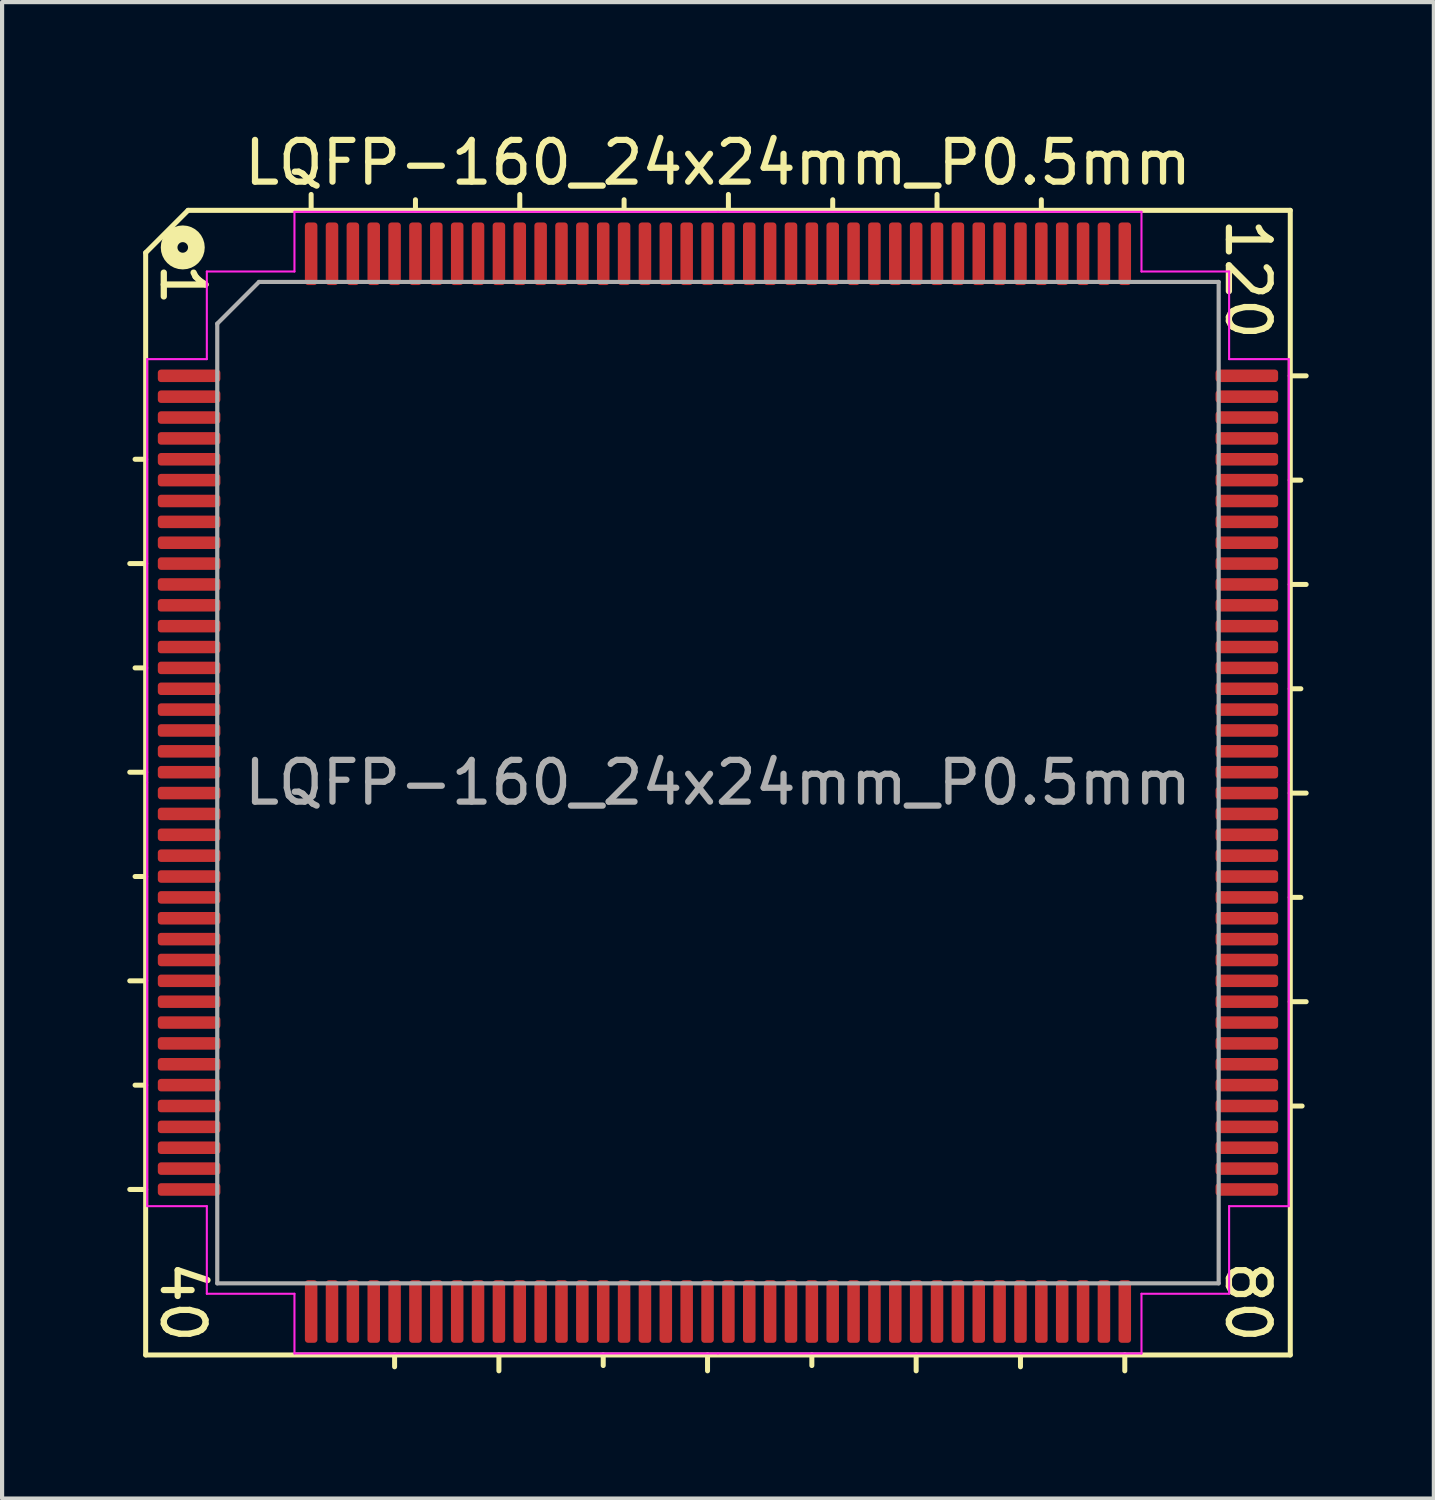
<source format=kicad_pcb>
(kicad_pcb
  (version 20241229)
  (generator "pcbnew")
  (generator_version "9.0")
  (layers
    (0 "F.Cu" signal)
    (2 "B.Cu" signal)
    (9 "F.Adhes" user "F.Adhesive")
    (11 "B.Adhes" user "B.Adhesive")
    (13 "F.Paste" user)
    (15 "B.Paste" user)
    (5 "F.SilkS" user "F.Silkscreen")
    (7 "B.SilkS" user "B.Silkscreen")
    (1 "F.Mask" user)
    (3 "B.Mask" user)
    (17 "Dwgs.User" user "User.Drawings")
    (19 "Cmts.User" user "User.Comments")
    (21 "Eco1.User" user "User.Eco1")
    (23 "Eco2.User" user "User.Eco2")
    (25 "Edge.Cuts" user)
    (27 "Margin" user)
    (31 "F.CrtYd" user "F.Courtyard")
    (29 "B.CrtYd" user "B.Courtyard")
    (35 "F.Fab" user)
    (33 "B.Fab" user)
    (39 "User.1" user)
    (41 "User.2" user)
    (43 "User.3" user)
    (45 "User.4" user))
  (footprint "LQFP-160_24x24mm_P0.5mm"
    (layer "F.Cu")
    (at 14.157 15.707)
    (property "Reference" "LQFP-160_24x24mm_P0.5mm" (at 0 -14.859 0) (layer "F.SilkS") (effects (font (size 1 1) (thickness 0.15))))
    (attr smd)
    (fp_line (start -13.716 -12.7) (end -13.716 13.716) (stroke (width 0.12) (type solid)) (layer "F.SilkS"))
    (fp_line (start -13.716 -7.75) (end -13.97 -7.75) (stroke (width 0.12) (type solid)) (layer "F.SilkS"))
    (fp_line (start -13.716 -5.25) (end -14.097 -5.25) (stroke (width 0.12) (type solid)) (layer "F.SilkS"))
    (fp_line (start -13.716 -2.75) (end -13.97 -2.75) (stroke (width 0.12) (type solid)) (layer "F.SilkS"))
    (fp_line (start -13.716 -0.25) (end -14.097 -0.25) (stroke (width 0.12) (type solid)) (layer "F.SilkS"))
    (fp_line (start -13.716 2.25) (end -13.97 2.25) (stroke (width 0.12) (type solid)) (layer "F.SilkS"))
    (fp_line (start -13.716 4.75) (end -14.097 4.75) (stroke (width 0.12) (type solid)) (layer "F.SilkS"))
    (fp_line (start -13.716 7.25) (end -13.97 7.25) (stroke (width 0.12) (type solid)) (layer "F.SilkS"))
    (fp_line (start -13.716 9.75) (end -14.097 9.75) (stroke (width 0.12) (type solid)) (layer "F.SilkS"))
    (fp_line (start -13.716 13.716) (end 13.716 13.716) (stroke (width 0.12) (type solid)) (layer "F.SilkS"))
    (fp_line (start -12.7 -13.716) (end -13.716 -12.7) (stroke (width 0.12) (type solid)) (layer "F.SilkS"))
    (fp_line (start -9.75 -13.716) (end -9.75 -14.097) (stroke (width 0.12) (type solid)) (layer "F.SilkS"))
    (fp_line (start -7.75 13.716) (end -7.75 14) (stroke (width 0.12) (type solid)) (layer "F.SilkS"))
    (fp_line (start -7.25 -13.716) (end -7.25 -13.97) (stroke (width 0.12) (type solid)) (layer "F.SilkS"))
    (fp_line (start -5.25 13.716) (end -5.25 14.097) (stroke (width 0.12) (type solid)) (layer "F.SilkS"))
    (fp_line (start -4.75 -13.716) (end -4.75 -14.097) (stroke (width 0.12) (type solid)) (layer "F.SilkS"))
    (fp_line (start -2.75 13.716) (end -2.75 13.97) (stroke (width 0.12) (type solid)) (layer "F.SilkS"))
    (fp_line (start -2.25 -13.716) (end -2.25 -13.97) (stroke (width 0.12) (type solid)) (layer "F.SilkS"))
    (fp_line (start -0.25 13.716) (end -0.25 14.097) (stroke (width 0.12) (type solid)) (layer "F.SilkS"))
    (fp_line (start 0.25 -13.716) (end 0.25 -14.097) (stroke (width 0.12) (type solid)) (layer "F.SilkS"))
    (fp_line (start 2.25 13.716) (end 2.25 13.97) (stroke (width 0.12) (type solid)) (layer "F.SilkS"))
    (fp_line (start 2.75 -13.716) (end 2.75 -13.97) (stroke (width 0.12) (type solid)) (layer "F.SilkS"))
    (fp_line (start 4.75 13.716) (end 4.75 14.097) (stroke (width 0.12) (type solid)) (layer "F.SilkS"))
    (fp_line (start 5.25 -13.716) (end 5.25 -14.097) (stroke (width 0.12) (type solid)) (layer "F.SilkS"))
    (fp_line (start 7.25 13.716) (end 7.25 14) (stroke (width 0.12) (type solid)) (layer "F.SilkS"))
    (fp_line (start 7.75 -13.716) (end 7.75 -13.97) (stroke (width 0.12) (type solid)) (layer "F.SilkS"))
    (fp_line (start 9.75 13.716) (end 9.75 14.097) (stroke (width 0.12) (type solid)) (layer "F.SilkS"))
    (fp_line (start 13.716 -13.716) (end -12.7 -13.716) (stroke (width 0.12) (type solid)) (layer "F.SilkS"))
    (fp_line (start 13.716 -9.75) (end 14.097 -9.75) (stroke (width 0.12) (type solid)) (layer "F.SilkS"))
    (fp_line (start 13.716 -7.25) (end 13.97 -7.25) (stroke (width 0.12) (type solid)) (layer "F.SilkS"))
    (fp_line (start 13.716 -4.75) (end 14.097 -4.75) (stroke (width 0.12) (type solid)) (layer "F.SilkS"))
    (fp_line (start 13.716 -2.25) (end 13.97 -2.25) (stroke (width 0.12) (type solid)) (layer "F.SilkS"))
    (fp_line (start 13.716 0.25) (end 14.097 0.25) (stroke (width 0.12) (type solid)) (layer "F.SilkS"))
    (fp_line (start 13.716 2.75) (end 13.97 2.75) (stroke (width 0.12) (type solid)) (layer "F.SilkS"))
    (fp_line (start 13.716 5.25) (end 14.097 5.25) (stroke (width 0.12) (type solid)) (layer "F.SilkS"))
    (fp_line (start 13.716 13.716) (end 13.716 -13.716) (stroke (width 0.12) (type solid)) (layer "F.SilkS"))
    (fp_line (start 13.75 7.75) (end 14 7.75) (stroke (width 0.12) (type solid)) (layer "F.SilkS"))
    (fp_circle (center -12.827 -12.827) (end -12.7 -12.827) (stroke (width 0.4) (type solid)) (fill no) (layer "F.SilkS"))
    (fp_line (start -13.68 -10.15) (end -13.68 0) (stroke (width 0.05) (type solid)) (layer "F.CrtYd"))
    (fp_line (start -13.68 10.15) (end -13.68 0) (stroke (width 0.05) (type solid)) (layer "F.CrtYd"))
    (fp_line (start -12.25 -12.25) (end -12.25 -10.15) (stroke (width 0.05) (type solid)) (layer "F.CrtYd"))
    (fp_line (start -12.25 -10.15) (end -13.68 -10.15) (stroke (width 0.05) (type solid)) (layer "F.CrtYd"))
    (fp_line (start -12.25 10.15) (end -13.68 10.15) (stroke (width 0.05) (type solid)) (layer "F.CrtYd"))
    (fp_line (start -12.25 12.25) (end -12.25 10.15) (stroke (width 0.05) (type solid)) (layer "F.CrtYd"))
    (fp_line (start -10.15 -13.68) (end -10.15 -12.25) (stroke (width 0.05) (type solid)) (layer "F.CrtYd"))
    (fp_line (start -10.15 -12.25) (end -12.25 -12.25) (stroke (width 0.05) (type solid)) (layer "F.CrtYd"))
    (fp_line (start -10.15 12.25) (end -12.25 12.25) (stroke (width 0.05) (type solid)) (layer "F.CrtYd"))
    (fp_line (start -10.15 13.68) (end -10.15 12.25) (stroke (width 0.05) (type solid)) (layer "F.CrtYd"))
    (fp_line (start 0 -13.68) (end -10.15 -13.68) (stroke (width 0.05) (type solid)) (layer "F.CrtYd"))
    (fp_line (start 0 -13.68) (end 10.15 -13.68) (stroke (width 0.05) (type solid)) (layer "F.CrtYd"))
    (fp_line (start 0 13.68) (end -10.15 13.68) (stroke (width 0.05) (type solid)) (layer "F.CrtYd"))
    (fp_line (start 0 13.68) (end 10.15 13.68) (stroke (width 0.05) (type solid)) (layer "F.CrtYd"))
    (fp_line (start 10.15 -13.68) (end 10.15 -12.25) (stroke (width 0.05) (type solid)) (layer "F.CrtYd"))
    (fp_line (start 10.15 -12.25) (end 12.25 -12.25) (stroke (width 0.05) (type solid)) (layer "F.CrtYd"))
    (fp_line (start 10.15 12.25) (end 12.25 12.25) (stroke (width 0.05) (type solid)) (layer "F.CrtYd"))
    (fp_line (start 10.15 13.68) (end 10.15 12.25) (stroke (width 0.05) (type solid)) (layer "F.CrtYd"))
    (fp_line (start 12.25 -12.25) (end 12.25 -10.15) (stroke (width 0.05) (type solid)) (layer "F.CrtYd"))
    (fp_line (start 12.25 -10.15) (end 13.68 -10.15) (stroke (width 0.05) (type solid)) (layer "F.CrtYd"))
    (fp_line (start 12.25 10.15) (end 13.68 10.15) (stroke (width 0.05) (type solid)) (layer "F.CrtYd"))
    (fp_line (start 12.25 12.25) (end 12.25 10.15) (stroke (width 0.05) (type solid)) (layer "F.CrtYd"))
    (fp_line (start 13.68 -10.15) (end 13.68 0) (stroke (width 0.05) (type solid)) (layer "F.CrtYd"))
    (fp_line (start 13.68 10.15) (end 13.68 0) (stroke (width 0.05) (type solid)) (layer "F.CrtYd"))
    (fp_line (start -12 -11) (end -11 -12) (stroke (width 0.1) (type solid)) (layer "F.Fab"))
    (fp_line (start -12 12) (end -12 -11) (stroke (width 0.1) (type solid)) (layer "F.Fab"))
    (fp_line (start -11 -12) (end 12 -12) (stroke (width 0.1) (type solid)) (layer "F.Fab"))
    (fp_line (start 12 -12) (end 12 12) (stroke (width 0.1) (type solid)) (layer "F.Fab"))
    (fp_line (start 12 12) (end -12 12) (stroke (width 0.1) (type solid)) (layer "F.Fab"))
    (fp_text user "1" (at -12.827 -11.938 270) (unlocked yes) (layer "F.SilkS") (effects (font (size 1 1) (thickness 0.15))))
    (fp_text user "80" (at 12.7 12.446 270) (unlocked yes) (layer "F.SilkS") (effects (font (size 1 1) (thickness 0.15))))
    (fp_text user "120" (at 12.7 -12.065 270) (unlocked yes) (layer "F.SilkS") (effects (font (size 1 1) (thickness 0.15))))
    (fp_text user "40" (at -12.827 12.446 270) (unlocked yes) (layer "F.SilkS") (effects (font (size 1 1) (thickness 0.15))))
    (fp_text user "${REFERENCE}" (at 0 0 0) (layer "F.Fab") (effects (font (size 1 1) (thickness 0.15))))
    (pad "1" smd roundrect (at -12.675 -9.75) (size 1.5 0.3) (layers "F.Cu" "F.Mask" "F.Paste") (roundrect_rratio 0.25))
    (pad "2" smd roundrect (at -12.675 -9.25) (size 1.5 0.3) (layers "F.Cu" "F.Mask" "F.Paste") (roundrect_rratio 0.25))
    (pad "3" smd roundrect (at -12.675 -8.75) (size 1.5 0.3) (layers "F.Cu" "F.Mask" "F.Paste") (roundrect_rratio 0.25))
    (pad "4" smd roundrect (at -12.675 -8.25) (size 1.5 0.3) (layers "F.Cu" "F.Mask" "F.Paste") (roundrect_rratio 0.25))
    (pad "5" smd roundrect (at -12.675 -7.75) (size 1.5 0.3) (layers "F.Cu" "F.Mask" "F.Paste") (roundrect_rratio 0.25))
    (pad "6" smd roundrect (at -12.675 -7.25) (size 1.5 0.3) (layers "F.Cu" "F.Mask" "F.Paste") (roundrect_rratio 0.25))
    (pad "7" smd roundrect (at -12.675 -6.75) (size 1.5 0.3) (layers "F.Cu" "F.Mask" "F.Paste") (roundrect_rratio 0.25))
    (pad "8" smd roundrect (at -12.675 -6.25) (size 1.5 0.3) (layers "F.Cu" "F.Mask" "F.Paste") (roundrect_rratio 0.25))
    (pad "9" smd roundrect (at -12.675 -5.75) (size 1.5 0.3) (layers "F.Cu" "F.Mask" "F.Paste") (roundrect_rratio 0.25))
    (pad "10" smd roundrect (at -12.675 -5.25) (size 1.5 0.3) (layers "F.Cu" "F.Mask" "F.Paste") (roundrect_rratio 0.25))
    (pad "11" smd roundrect (at -12.675 -4.75) (size 1.5 0.3) (layers "F.Cu" "F.Mask" "F.Paste") (roundrect_rratio 0.25))
    (pad "12" smd roundrect (at -12.675 -4.25) (size 1.5 0.3) (layers "F.Cu" "F.Mask" "F.Paste") (roundrect_rratio 0.25))
    (pad "13" smd roundrect (at -12.675 -3.75) (size 1.5 0.3) (layers "F.Cu" "F.Mask" "F.Paste") (roundrect_rratio 0.25))
    (pad "14" smd roundrect (at -12.675 -3.25) (size 1.5 0.3) (layers "F.Cu" "F.Mask" "F.Paste") (roundrect_rratio 0.25))
    (pad "15" smd roundrect (at -12.675 -2.75) (size 1.5 0.3) (layers "F.Cu" "F.Mask" "F.Paste") (roundrect_rratio 0.25))
    (pad "16" smd roundrect (at -12.675 -2.25) (size 1.5 0.3) (layers "F.Cu" "F.Mask" "F.Paste") (roundrect_rratio 0.25))
    (pad "17" smd roundrect (at -12.675 -1.75) (size 1.5 0.3) (layers "F.Cu" "F.Mask" "F.Paste") (roundrect_rratio 0.25))
    (pad "18" smd roundrect (at -12.675 -1.25) (size 1.5 0.3) (layers "F.Cu" "F.Mask" "F.Paste") (roundrect_rratio 0.25))
    (pad "19" smd roundrect (at -12.675 -0.75) (size 1.5 0.3) (layers "F.Cu" "F.Mask" "F.Paste") (roundrect_rratio 0.25))
    (pad "20" smd roundrect (at -12.675 -0.25) (size 1.5 0.3) (layers "F.Cu" "F.Mask" "F.Paste") (roundrect_rratio 0.25))
    (pad "21" smd roundrect (at -12.675 0.25) (size 1.5 0.3) (layers "F.Cu" "F.Mask" "F.Paste") (roundrect_rratio 0.25))
    (pad "22" smd roundrect (at -12.675 0.75) (size 1.5 0.3) (layers "F.Cu" "F.Mask" "F.Paste") (roundrect_rratio 0.25))
    (pad "23" smd roundrect (at -12.675 1.25) (size 1.5 0.3) (layers "F.Cu" "F.Mask" "F.Paste") (roundrect_rratio 0.25))
    (pad "24" smd roundrect (at -12.675 1.75) (size 1.5 0.3) (layers "F.Cu" "F.Mask" "F.Paste") (roundrect_rratio 0.25))
    (pad "25" smd roundrect (at -12.675 2.25) (size 1.5 0.3) (layers "F.Cu" "F.Mask" "F.Paste") (roundrect_rratio 0.25))
    (pad "26" smd roundrect (at -12.675 2.75) (size 1.5 0.3) (layers "F.Cu" "F.Mask" "F.Paste") (roundrect_rratio 0.25))
    (pad "27" smd roundrect (at -12.675 3.25) (size 1.5 0.3) (layers "F.Cu" "F.Mask" "F.Paste") (roundrect_rratio 0.25))
    (pad "28" smd roundrect (at -12.675 3.75) (size 1.5 0.3) (layers "F.Cu" "F.Mask" "F.Paste") (roundrect_rratio 0.25))
    (pad "29" smd roundrect (at -12.675 4.25) (size 1.5 0.3) (layers "F.Cu" "F.Mask" "F.Paste") (roundrect_rratio 0.25))
    (pad "30" smd roundrect (at -12.675 4.75) (size 1.5 0.3) (layers "F.Cu" "F.Mask" "F.Paste") (roundrect_rratio 0.25))
    (pad "31" smd roundrect (at -12.675 5.25) (size 1.5 0.3) (layers "F.Cu" "F.Mask" "F.Paste") (roundrect_rratio 0.25))
    (pad "32" smd roundrect (at -12.675 5.75) (size 1.5 0.3) (layers "F.Cu" "F.Mask" "F.Paste") (roundrect_rratio 0.25))
    (pad "33" smd roundrect (at -12.675 6.25) (size 1.5 0.3) (layers "F.Cu" "F.Mask" "F.Paste") (roundrect_rratio 0.25))
    (pad "34" smd roundrect (at -12.675 6.75) (size 1.5 0.3) (layers "F.Cu" "F.Mask" "F.Paste") (roundrect_rratio 0.25))
    (pad "35" smd roundrect (at -12.675 7.25) (size 1.5 0.3) (layers "F.Cu" "F.Mask" "F.Paste") (roundrect_rratio 0.25))
    (pad "36" smd roundrect (at -12.675 7.75) (size 1.5 0.3) (layers "F.Cu" "F.Mask" "F.Paste") (roundrect_rratio 0.25))
    (pad "37" smd roundrect (at -12.675 8.25) (size 1.5 0.3) (layers "F.Cu" "F.Mask" "F.Paste") (roundrect_rratio 0.25))
    (pad "38" smd roundrect (at -12.675 8.75) (size 1.5 0.3) (layers "F.Cu" "F.Mask" "F.Paste") (roundrect_rratio 0.25))
    (pad "39" smd roundrect (at -12.675 9.25) (size 1.5 0.3) (layers "F.Cu" "F.Mask" "F.Paste") (roundrect_rratio 0.25))
    (pad "40" smd roundrect (at -12.675 9.75) (size 1.5 0.3) (layers "F.Cu" "F.Mask" "F.Paste") (roundrect_rratio 0.25))
    (pad "41" smd roundrect (at -9.75 12.675) (size 0.3 1.5) (layers "F.Cu" "F.Mask" "F.Paste") (roundrect_rratio 0.25))
    (pad "42" smd roundrect (at -9.25 12.675) (size 0.3 1.5) (layers "F.Cu" "F.Mask" "F.Paste") (roundrect_rratio 0.25))
    (pad "43" smd roundrect (at -8.75 12.675) (size 0.3 1.5) (layers "F.Cu" "F.Mask" "F.Paste") (roundrect_rratio 0.25))
    (pad "44" smd roundrect (at -8.25 12.675) (size 0.3 1.5) (layers "F.Cu" "F.Mask" "F.Paste") (roundrect_rratio 0.25))
    (pad "45" smd roundrect (at -7.75 12.675) (size 0.3 1.5) (layers "F.Cu" "F.Mask" "F.Paste") (roundrect_rratio 0.25))
    (pad "46" smd roundrect (at -7.25 12.675) (size 0.3 1.5) (layers "F.Cu" "F.Mask" "F.Paste") (roundrect_rratio 0.25))
    (pad "47" smd roundrect (at -6.75 12.675) (size 0.3 1.5) (layers "F.Cu" "F.Mask" "F.Paste") (roundrect_rratio 0.25))
    (pad "48" smd roundrect (at -6.25 12.675) (size 0.3 1.5) (layers "F.Cu" "F.Mask" "F.Paste") (roundrect_rratio 0.25))
    (pad "49" smd roundrect (at -5.75 12.675) (size 0.3 1.5) (layers "F.Cu" "F.Mask" "F.Paste") (roundrect_rratio 0.25))
    (pad "50" smd roundrect (at -5.25 12.675) (size 0.3 1.5) (layers "F.Cu" "F.Mask" "F.Paste") (roundrect_rratio 0.25))
    (pad "51" smd roundrect (at -4.75 12.675) (size 0.3 1.5) (layers "F.Cu" "F.Mask" "F.Paste") (roundrect_rratio 0.25))
    (pad "52" smd roundrect (at -4.25 12.675) (size 0.3 1.5) (layers "F.Cu" "F.Mask" "F.Paste") (roundrect_rratio 0.25))
    (pad "53" smd roundrect (at -3.75 12.675) (size 0.3 1.5) (layers "F.Cu" "F.Mask" "F.Paste") (roundrect_rratio 0.25))
    (pad "54" smd roundrect (at -3.25 12.675) (size 0.3 1.5) (layers "F.Cu" "F.Mask" "F.Paste") (roundrect_rratio 0.25))
    (pad "55" smd roundrect (at -2.75 12.675) (size 0.3 1.5) (layers "F.Cu" "F.Mask" "F.Paste") (roundrect_rratio 0.25))
    (pad "56" smd roundrect (at -2.25 12.675) (size 0.3 1.5) (layers "F.Cu" "F.Mask" "F.Paste") (roundrect_rratio 0.25))
    (pad "57" smd roundrect (at -1.75 12.675) (size 0.3 1.5) (layers "F.Cu" "F.Mask" "F.Paste") (roundrect_rratio 0.25))
    (pad "58" smd roundrect (at -1.25 12.675) (size 0.3 1.5) (layers "F.Cu" "F.Mask" "F.Paste") (roundrect_rratio 0.25))
    (pad "59" smd roundrect (at -0.75 12.675) (size 0.3 1.5) (layers "F.Cu" "F.Mask" "F.Paste") (roundrect_rratio 0.25))
    (pad "60" smd roundrect (at -0.25 12.675) (size 0.3 1.5) (layers "F.Cu" "F.Mask" "F.Paste") (roundrect_rratio 0.25))
    (pad "61" smd roundrect (at 0.25 12.675) (size 0.3 1.5) (layers "F.Cu" "F.Mask" "F.Paste") (roundrect_rratio 0.25))
    (pad "62" smd roundrect (at 0.75 12.675) (size 0.3 1.5) (layers "F.Cu" "F.Mask" "F.Paste") (roundrect_rratio 0.25))
    (pad "63" smd roundrect (at 1.25 12.675) (size 0.3 1.5) (layers "F.Cu" "F.Mask" "F.Paste") (roundrect_rratio 0.25))
    (pad "64" smd roundrect (at 1.75 12.675) (size 0.3 1.5) (layers "F.Cu" "F.Mask" "F.Paste") (roundrect_rratio 0.25))
    (pad "65" smd roundrect (at 2.25 12.675) (size 0.3 1.5) (layers "F.Cu" "F.Mask" "F.Paste") (roundrect_rratio 0.25))
    (pad "66" smd roundrect (at 2.75 12.675) (size 0.3 1.5) (layers "F.Cu" "F.Mask" "F.Paste") (roundrect_rratio 0.25))
    (pad "67" smd roundrect (at 3.25 12.675) (size 0.3 1.5) (layers "F.Cu" "F.Mask" "F.Paste") (roundrect_rratio 0.25))
    (pad "68" smd roundrect (at 3.75 12.675) (size 0.3 1.5) (layers "F.Cu" "F.Mask" "F.Paste") (roundrect_rratio 0.25))
    (pad "69" smd roundrect (at 4.25 12.675) (size 0.3 1.5) (layers "F.Cu" "F.Mask" "F.Paste") (roundrect_rratio 0.25))
    (pad "70" smd roundrect (at 4.75 12.675) (size 0.3 1.5) (layers "F.Cu" "F.Mask" "F.Paste") (roundrect_rratio 0.25))
    (pad "71" smd roundrect (at 5.25 12.675) (size 0.3 1.5) (layers "F.Cu" "F.Mask" "F.Paste") (roundrect_rratio 0.25))
    (pad "72" smd roundrect (at 5.75 12.675) (size 0.3 1.5) (layers "F.Cu" "F.Mask" "F.Paste") (roundrect_rratio 0.25))
    (pad "73" smd roundrect (at 6.25 12.675) (size 0.3 1.5) (layers "F.Cu" "F.Mask" "F.Paste") (roundrect_rratio 0.25))
    (pad "74" smd roundrect (at 6.75 12.675) (size 0.3 1.5) (layers "F.Cu" "F.Mask" "F.Paste") (roundrect_rratio 0.25))
    (pad "75" smd roundrect (at 7.25 12.675) (size 0.3 1.5) (layers "F.Cu" "F.Mask" "F.Paste") (roundrect_rratio 0.25))
    (pad "76" smd roundrect (at 7.75 12.675) (size 0.3 1.5) (layers "F.Cu" "F.Mask" "F.Paste") (roundrect_rratio 0.25))
    (pad "77" smd roundrect (at 8.25 12.675) (size 0.3 1.5) (layers "F.Cu" "F.Mask" "F.Paste") (roundrect_rratio 0.25))
    (pad "78" smd roundrect (at 8.75 12.675) (size 0.3 1.5) (layers "F.Cu" "F.Mask" "F.Paste") (roundrect_rratio 0.25))
    (pad "79" smd roundrect (at 9.25 12.675) (size 0.3 1.5) (layers "F.Cu" "F.Mask" "F.Paste") (roundrect_rratio 0.25))
    (pad "80" smd roundrect (at 9.75 12.675) (size 0.3 1.5) (layers "F.Cu" "F.Mask" "F.Paste") (roundrect_rratio 0.25))
    (pad "81" smd roundrect (at 12.675 9.75) (size 1.5 0.3) (layers "F.Cu" "F.Mask" "F.Paste") (roundrect_rratio 0.25))
    (pad "82" smd roundrect (at 12.675 9.25) (size 1.5 0.3) (layers "F.Cu" "F.Mask" "F.Paste") (roundrect_rratio 0.25))
    (pad "83" smd roundrect (at 12.675 8.75) (size 1.5 0.3) (layers "F.Cu" "F.Mask" "F.Paste") (roundrect_rratio 0.25))
    (pad "84" smd roundrect (at 12.675 8.25) (size 1.5 0.3) (layers "F.Cu" "F.Mask" "F.Paste") (roundrect_rratio 0.25))
    (pad "85" smd roundrect (at 12.675 7.75) (size 1.5 0.3) (layers "F.Cu" "F.Mask" "F.Paste") (roundrect_rratio 0.25))
    (pad "86" smd roundrect (at 12.675 7.25) (size 1.5 0.3) (layers "F.Cu" "F.Mask" "F.Paste") (roundrect_rratio 0.25))
    (pad "87" smd roundrect (at 12.675 6.75) (size 1.5 0.3) (layers "F.Cu" "F.Mask" "F.Paste") (roundrect_rratio 0.25))
    (pad "88" smd roundrect (at 12.675 6.25) (size 1.5 0.3) (layers "F.Cu" "F.Mask" "F.Paste") (roundrect_rratio 0.25))
    (pad "89" smd roundrect (at 12.675 5.75) (size 1.5 0.3) (layers "F.Cu" "F.Mask" "F.Paste") (roundrect_rratio 0.25))
    (pad "90" smd roundrect (at 12.675 5.25) (size 1.5 0.3) (layers "F.Cu" "F.Mask" "F.Paste") (roundrect_rratio 0.25))
    (pad "91" smd roundrect (at 12.675 4.75) (size 1.5 0.3) (layers "F.Cu" "F.Mask" "F.Paste") (roundrect_rratio 0.25))
    (pad "92" smd roundrect (at 12.675 4.25) (size 1.5 0.3) (layers "F.Cu" "F.Mask" "F.Paste") (roundrect_rratio 0.25))
    (pad "93" smd roundrect (at 12.675 3.75) (size 1.5 0.3) (layers "F.Cu" "F.Mask" "F.Paste") (roundrect_rratio 0.25))
    (pad "94" smd roundrect (at 12.675 3.25) (size 1.5 0.3) (layers "F.Cu" "F.Mask" "F.Paste") (roundrect_rratio 0.25))
    (pad "95" smd roundrect (at 12.675 2.75) (size 1.5 0.3) (layers "F.Cu" "F.Mask" "F.Paste") (roundrect_rratio 0.25))
    (pad "96" smd roundrect (at 12.675 2.25) (size 1.5 0.3) (layers "F.Cu" "F.Mask" "F.Paste") (roundrect_rratio 0.25))
    (pad "97" smd roundrect (at 12.675 1.75) (size 1.5 0.3) (layers "F.Cu" "F.Mask" "F.Paste") (roundrect_rratio 0.25))
    (pad "98" smd roundrect (at 12.675 1.25) (size 1.5 0.3) (layers "F.Cu" "F.Mask" "F.Paste") (roundrect_rratio 0.25))
    (pad "99" smd roundrect (at 12.675 0.75) (size 1.5 0.3) (layers "F.Cu" "F.Mask" "F.Paste") (roundrect_rratio 0.25))
    (pad "100" smd roundrect (at 12.675 0.25) (size 1.5 0.3) (layers "F.Cu" "F.Mask" "F.Paste") (roundrect_rratio 0.25))
    (pad "101" smd roundrect (at 12.675 -0.25) (size 1.5 0.3) (layers "F.Cu" "F.Mask" "F.Paste") (roundrect_rratio 0.25))
    (pad "102" smd roundrect (at 12.675 -0.75) (size 1.5 0.3) (layers "F.Cu" "F.Mask" "F.Paste") (roundrect_rratio 0.25))
    (pad "103" smd roundrect (at 12.675 -1.25) (size 1.5 0.3) (layers "F.Cu" "F.Mask" "F.Paste") (roundrect_rratio 0.25))
    (pad "104" smd roundrect (at 12.675 -1.75) (size 1.5 0.3) (layers "F.Cu" "F.Mask" "F.Paste") (roundrect_rratio 0.25))
    (pad "105" smd roundrect (at 12.675 -2.25) (size 1.5 0.3) (layers "F.Cu" "F.Mask" "F.Paste") (roundrect_rratio 0.25))
    (pad "106" smd roundrect (at 12.675 -2.75) (size 1.5 0.3) (layers "F.Cu" "F.Mask" "F.Paste") (roundrect_rratio 0.25))
    (pad "107" smd roundrect (at 12.675 -3.25) (size 1.5 0.3) (layers "F.Cu" "F.Mask" "F.Paste") (roundrect_rratio 0.25))
    (pad "108" smd roundrect (at 12.675 -3.75) (size 1.5 0.3) (layers "F.Cu" "F.Mask" "F.Paste") (roundrect_rratio 0.25))
    (pad "109" smd roundrect (at 12.675 -4.25) (size 1.5 0.3) (layers "F.Cu" "F.Mask" "F.Paste") (roundrect_rratio 0.25))
    (pad "110" smd roundrect (at 12.675 -4.75) (size 1.5 0.3) (layers "F.Cu" "F.Mask" "F.Paste") (roundrect_rratio 0.25))
    (pad "111" smd roundrect (at 12.675 -5.25) (size 1.5 0.3) (layers "F.Cu" "F.Mask" "F.Paste") (roundrect_rratio 0.25))
    (pad "112" smd roundrect (at 12.675 -5.75) (size 1.5 0.3) (layers "F.Cu" "F.Mask" "F.Paste") (roundrect_rratio 0.25))
    (pad "113" smd roundrect (at 12.675 -6.25) (size 1.5 0.3) (layers "F.Cu" "F.Mask" "F.Paste") (roundrect_rratio 0.25))
    (pad "114" smd roundrect (at 12.675 -6.75) (size 1.5 0.3) (layers "F.Cu" "F.Mask" "F.Paste") (roundrect_rratio 0.25))
    (pad "115" smd roundrect (at 12.675 -7.25) (size 1.5 0.3) (layers "F.Cu" "F.Mask" "F.Paste") (roundrect_rratio 0.25))
    (pad "116" smd roundrect (at 12.675 -7.75) (size 1.5 0.3) (layers "F.Cu" "F.Mask" "F.Paste") (roundrect_rratio 0.25))
    (pad "117" smd roundrect (at 12.675 -8.25) (size 1.5 0.3) (layers "F.Cu" "F.Mask" "F.Paste") (roundrect_rratio 0.25))
    (pad "118" smd roundrect (at 12.675 -8.75) (size 1.5 0.3) (layers "F.Cu" "F.Mask" "F.Paste") (roundrect_rratio 0.25))
    (pad "119" smd roundrect (at 12.675 -9.25) (size 1.5 0.3) (layers "F.Cu" "F.Mask" "F.Paste") (roundrect_rratio 0.25))
    (pad "120" smd roundrect (at 12.675 -9.75) (size 1.5 0.3) (layers "F.Cu" "F.Mask" "F.Paste") (roundrect_rratio 0.25))
    (pad "121" smd roundrect (at 9.75 -12.675) (size 0.3 1.5) (layers "F.Cu" "F.Mask" "F.Paste") (roundrect_rratio 0.25))
    (pad "122" smd roundrect (at 9.25 -12.675) (size 0.3 1.5) (layers "F.Cu" "F.Mask" "F.Paste") (roundrect_rratio 0.25))
    (pad "123" smd roundrect (at 8.75 -12.675) (size 0.3 1.5) (layers "F.Cu" "F.Mask" "F.Paste") (roundrect_rratio 0.25))
    (pad "124" smd roundrect (at 8.25 -12.675) (size 0.3 1.5) (layers "F.Cu" "F.Mask" "F.Paste") (roundrect_rratio 0.25))
    (pad "125" smd roundrect (at 7.75 -12.675) (size 0.3 1.5) (layers "F.Cu" "F.Mask" "F.Paste") (roundrect_rratio 0.25))
    (pad "126" smd roundrect (at 7.25 -12.675) (size 0.3 1.5) (layers "F.Cu" "F.Mask" "F.Paste") (roundrect_rratio 0.25))
    (pad "127" smd roundrect (at 6.75 -12.675) (size 0.3 1.5) (layers "F.Cu" "F.Mask" "F.Paste") (roundrect_rratio 0.25))
    (pad "128" smd roundrect (at 6.25 -12.675) (size 0.3 1.5) (layers "F.Cu" "F.Mask" "F.Paste") (roundrect_rratio 0.25))
    (pad "129" smd roundrect (at 5.75 -12.675) (size 0.3 1.5) (layers "F.Cu" "F.Mask" "F.Paste") (roundrect_rratio 0.25))
    (pad "130" smd roundrect (at 5.25 -12.675) (size 0.3 1.5) (layers "F.Cu" "F.Mask" "F.Paste") (roundrect_rratio 0.25))
    (pad "131" smd roundrect (at 4.75 -12.675) (size 0.3 1.5) (layers "F.Cu" "F.Mask" "F.Paste") (roundrect_rratio 0.25))
    (pad "132" smd roundrect (at 4.25 -12.675) (size 0.3 1.5) (layers "F.Cu" "F.Mask" "F.Paste") (roundrect_rratio 0.25))
    (pad "133" smd roundrect (at 3.75 -12.675) (size 0.3 1.5) (layers "F.Cu" "F.Mask" "F.Paste") (roundrect_rratio 0.25))
    (pad "134" smd roundrect (at 3.25 -12.675) (size 0.3 1.5) (layers "F.Cu" "F.Mask" "F.Paste") (roundrect_rratio 0.25))
    (pad "135" smd roundrect (at 2.75 -12.675) (size 0.3 1.5) (layers "F.Cu" "F.Mask" "F.Paste") (roundrect_rratio 0.25))
    (pad "136" smd roundrect (at 2.25 -12.675) (size 0.3 1.5) (layers "F.Cu" "F.Mask" "F.Paste") (roundrect_rratio 0.25))
    (pad "137" smd roundrect (at 1.75 -12.675) (size 0.3 1.5) (layers "F.Cu" "F.Mask" "F.Paste") (roundrect_rratio 0.25))
    (pad "138" smd roundrect (at 1.25 -12.675) (size 0.3 1.5) (layers "F.Cu" "F.Mask" "F.Paste") (roundrect_rratio 0.25))
    (pad "139" smd roundrect (at 0.75 -12.675) (size 0.3 1.5) (layers "F.Cu" "F.Mask" "F.Paste") (roundrect_rratio 0.25))
    (pad "140" smd roundrect (at 0.25 -12.675) (size 0.3 1.5) (layers "F.Cu" "F.Mask" "F.Paste") (roundrect_rratio 0.25))
    (pad "141" smd roundrect (at -0.25 -12.675) (size 0.3 1.5) (layers "F.Cu" "F.Mask" "F.Paste") (roundrect_rratio 0.25))
    (pad "142" smd roundrect (at -0.75 -12.675) (size 0.3 1.5) (layers "F.Cu" "F.Mask" "F.Paste") (roundrect_rratio 0.25))
    (pad "143" smd roundrect (at -1.25 -12.675) (size 0.3 1.5) (layers "F.Cu" "F.Mask" "F.Paste") (roundrect_rratio 0.25))
    (pad "144" smd roundrect (at -1.75 -12.675) (size 0.3 1.5) (layers "F.Cu" "F.Mask" "F.Paste") (roundrect_rratio 0.25))
    (pad "145" smd roundrect (at -2.25 -12.675) (size 0.3 1.5) (layers "F.Cu" "F.Mask" "F.Paste") (roundrect_rratio 0.25))
    (pad "146" smd roundrect (at -2.75 -12.675) (size 0.3 1.5) (layers "F.Cu" "F.Mask" "F.Paste") (roundrect_rratio 0.25))
    (pad "147" smd roundrect (at -3.25 -12.675) (size 0.3 1.5) (layers "F.Cu" "F.Mask" "F.Paste") (roundrect_rratio 0.25))
    (pad "148" smd roundrect (at -3.75 -12.675) (size 0.3 1.5) (layers "F.Cu" "F.Mask" "F.Paste") (roundrect_rratio 0.25))
    (pad "149" smd roundrect (at -4.25 -12.675) (size 0.3 1.5) (layers "F.Cu" "F.Mask" "F.Paste") (roundrect_rratio 0.25))
    (pad "150" smd roundrect (at -4.75 -12.675) (size 0.3 1.5) (layers "F.Cu" "F.Mask" "F.Paste") (roundrect_rratio 0.25))
    (pad "151" smd roundrect (at -5.25 -12.675) (size 0.3 1.5) (layers "F.Cu" "F.Mask" "F.Paste") (roundrect_rratio 0.25))
    (pad "152" smd roundrect (at -5.75 -12.675) (size 0.3 1.5) (layers "F.Cu" "F.Mask" "F.Paste") (roundrect_rratio 0.25))
    (pad "153" smd roundrect (at -6.25 -12.675) (size 0.3 1.5) (layers "F.Cu" "F.Mask" "F.Paste") (roundrect_rratio 0.25))
    (pad "154" smd roundrect (at -6.75 -12.675) (size 0.3 1.5) (layers "F.Cu" "F.Mask" "F.Paste") (roundrect_rratio 0.25))
    (pad "155" smd roundrect (at -7.25 -12.675) (size 0.3 1.5) (layers "F.Cu" "F.Mask" "F.Paste") (roundrect_rratio 0.25))
    (pad "156" smd roundrect (at -7.75 -12.675) (size 0.3 1.5) (layers "F.Cu" "F.Mask" "F.Paste") (roundrect_rratio 0.25))
    (pad "157" smd roundrect (at -8.25 -12.675) (size 0.3 1.5) (layers "F.Cu" "F.Mask" "F.Paste") (roundrect_rratio 0.25))
    (pad "158" smd roundrect (at -8.75 -12.675) (size 0.3 1.5) (layers "F.Cu" "F.Mask" "F.Paste") (roundrect_rratio 0.25))
    (pad "159" smd roundrect (at -9.25 -12.675) (size 0.3 1.5) (layers "F.Cu" "F.Mask" "F.Paste") (roundrect_rratio 0.25))
    (pad "160" smd roundrect (at -9.75 -12.675) (size 0.3 1.5) (layers "F.Cu" "F.Mask" "F.Paste") (roundrect_rratio 0.25)))
  (gr_rect
    (start -3 -3)
    (end 31.314 32.864)
    (stroke (width 0.1) (type default))
    (fill no)
    (layer "Edge.Cuts")))
</source>
